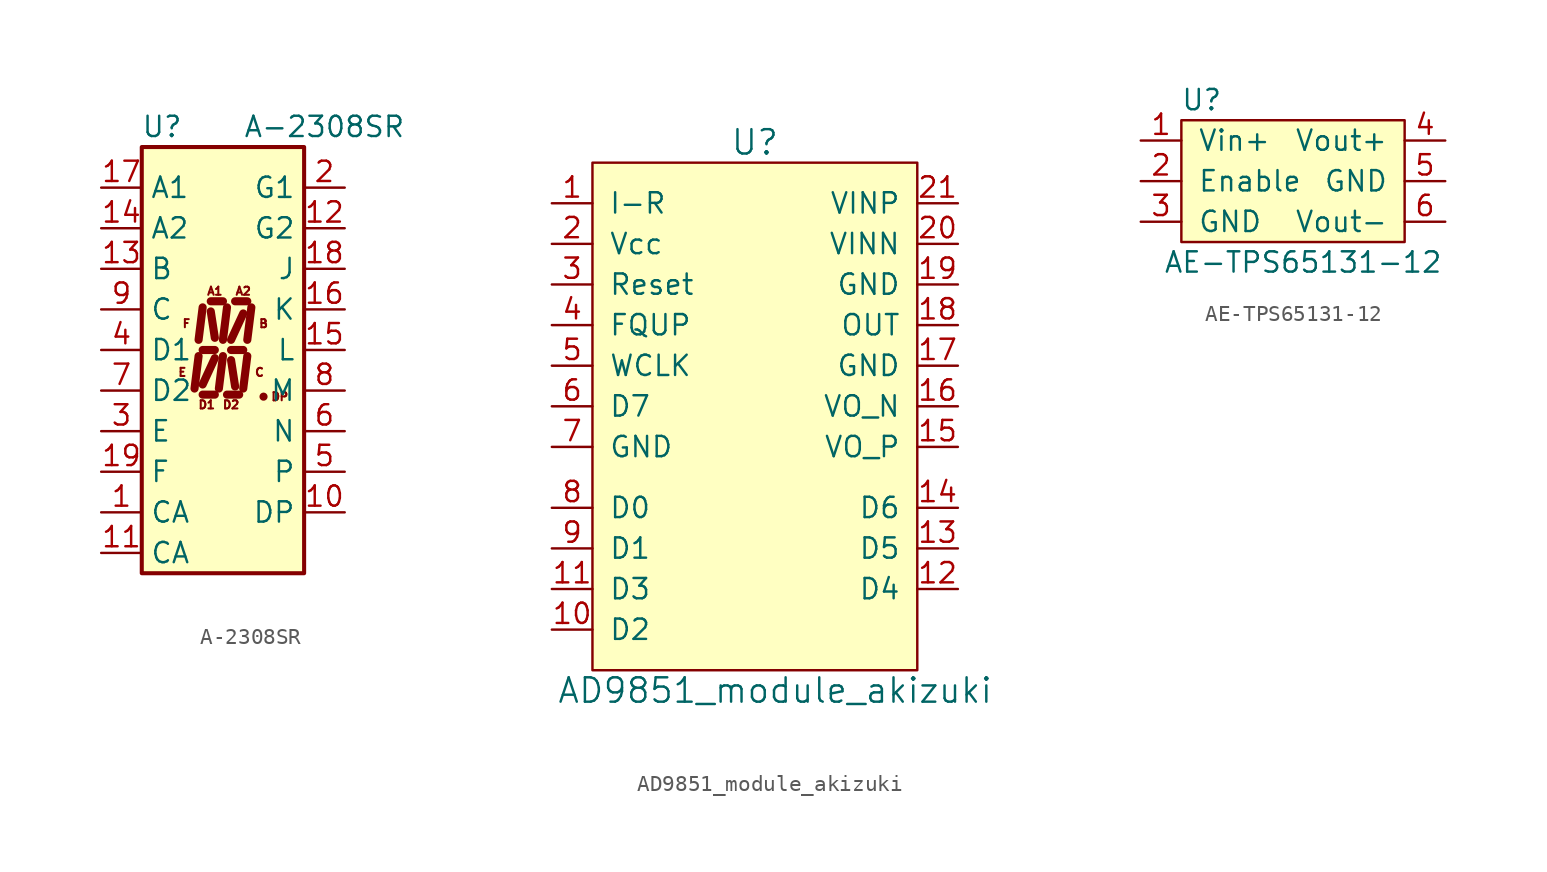
<source format=kicad_sym>
(kicad_symbol_lib
  (version 20211014)
  (generator kicad_symbol_editor)
  (symbol "A-2308SR"
    (property "Reference" "U"
      (at -3.81 15.24 0)
      (effects (font (size 1.27 1.27))))
    (property "Value" "A-2308SR"
      (at 6.35 15.24 0)
      (effects (font (size 1.27 1.27))))
    (symbol "A-2308SR_1_0"
      (text "A1" (at -0.508 4.953 0) (effects (font (size 0.508 0.508))))
      (text "B" (at 2.54 2.921 0) (effects (font (size 0.508 0.508))))
      (text "C" (at 2.286 -0.127 0) (effects (font (size 0.508 0.508))))
      (text "D1" (at -1.016 -2.159 0) (effects (font (size 0.508 0.508))))
      (text "DP" (at 3.556 -1.651 0) (effects (font (size 0.508 0.508))))
      (text "E" (at -2.54 -0.127 0) (effects (font (size 0.508 0.508))))
      (text "F" (at -2.286 2.921 0) (effects (font (size 0.508 0.508)))))
    (symbol "A-2308SR_1_1"
      (rectangle (start -5.08 13.97) (end 5.08 -12.7) (stroke (width 0.254) (type default) (color 0 0 0 0)) (fill (type background)))
      (polyline (pts (xy -1.524 0.889) (xy -1.778 -1.143)) (stroke (width 0.508) (type default) (color 0 0 0 0)) (fill (type none)))
      (polyline (pts (xy -1.27 -1.524) (xy -0.508 -1.524)) (stroke (width 0.508) (type default) (color 0 0 0 0)) (fill (type none)))
      (polyline (pts (xy -1.27 1.27) (xy -0.508 1.27)) (stroke (width 0.508) (type default) (color 0 0 0 0)) (fill (type none)))
      (polyline (pts (xy -1.27 3.937) (xy -1.524 1.905)) (stroke (width 0.508) (type default) (color 0 0 0 0)) (fill (type none)))
      (polyline (pts (xy -0.762 4.318) (xy 0 4.318)) (stroke (width 0.508) (type default) (color 0 0 0 0)) (fill (type none)))
      (polyline (pts (xy -0.508 0.762) (xy -1.27 -0.889)) (stroke (width 0.508) (type default) (color 0 0 0 0)) (fill (type none)))
      (polyline (pts (xy -0.508 2.032) (xy -0.762 3.683)) (stroke (width 0.508) (type default) (color 0 0 0 0)) (fill (type none)))
      (polyline (pts (xy 0 0.889) (xy -0.254 -1.143)) (stroke (width 0.508) (type default) (color 0 0 0 0)) (fill (type none)))
      (polyline (pts (xy 0.254 -1.524) (xy 1.016 -1.524)) (stroke (width 0.508) (type default) (color 0 0 0 0)) (fill (type none)))
      (polyline (pts (xy 0.254 3.937) (xy 0 1.905)) (stroke (width 0.508) (type default) (color 0 0 0 0)) (fill (type none)))
      (polyline (pts (xy 0.508 1.27) (xy 1.27 1.27)) (stroke (width 0.508) (type default) (color 0 0 0 0)) (fill (type none)))
      (polyline (pts (xy 0.762 -1.016) (xy 0.508 0.635)) (stroke (width 0.508) (type default) (color 0 0 0 0)) (fill (type none)))
      (polyline (pts (xy 0.762 4.318) (xy 1.524 4.318)) (stroke (width 0.508) (type default) (color 0 0 0 0)) (fill (type none)))
      (polyline (pts (xy 1.27 3.556) (xy 0.508 1.905)) (stroke (width 0.508) (type default) (color 0 0 0 0)) (fill (type none)))
      (polyline (pts (xy 1.524 0.889) (xy 1.27 -1.143)) (stroke (width 0.508) (type default) (color 0 0 0 0)) (fill (type none)))
      (polyline (pts (xy 1.778 3.937) (xy 1.524 1.905)) (stroke (width 0.508) (type default) (color 0 0 0 0)) (fill (type none)))
      (polyline (pts (xy 2.54 -1.651) (xy 2.54 -1.651)) (stroke (width 0.508) (type default) (color 0 0 0 0)) (fill (type none)))
      (text "A2" (at 1.27 4.953 0) (effects (font (size 0.508 0.508))))
      (text "D2" (at 0.508 -2.159 0) (effects (font (size 0.508 0.508))))
      (pin input line (at -7.62 -8.89 0) (length 2.54) (name "CA" (effects (font (size 1.27 1.27)))) (number "1" (effects (font (size 1.27 1.27)))))
      (pin input line (at 7.62 -8.89 180) (length 2.54) (name "DP" (effects (font (size 1.27 1.27)))) (number "10" (effects (font (size 1.27 1.27)))))
      (pin input line (at -7.62 -11.43 0) (length 2.54) (name "CA" (effects (font (size 1.27 1.27)))) (number "11" (effects (font (size 1.27 1.27)))))
      (pin input line (at 7.62 8.89 180) (length 2.54) (name "G2" (effects (font (size 1.27 1.27)))) (number "12" (effects (font (size 1.27 1.27)))))
      (pin input line (at -7.62 6.35 0) (length 2.54) (name "B" (effects (font (size 1.27 1.27)))) (number "13" (effects (font (size 1.27 1.27)))))
      (pin input line (at -7.62 8.89 0) (length 2.54) (name "A2" (effects (font (size 1.27 1.27)))) (number "14" (effects (font (size 1.27 1.27)))))
      (pin input line (at 7.62 1.27 180) (length 2.54) (name "L" (effects (font (size 1.27 1.27)))) (number "15" (effects (font (size 1.27 1.27)))))
      (pin input line (at 7.62 3.81 180) (length 2.54) (name "K" (effects (font (size 1.27 1.27)))) (number "16" (effects (font (size 1.27 1.27)))))
      (pin input line (at -7.62 11.43 0) (length 2.54) (name "A1" (effects (font (size 1.27 1.27)))) (number "17" (effects (font (size 1.27 1.27)))))
      (pin input line (at 7.62 6.35 180) (length 2.54) (name "J" (effects (font (size 1.27 1.27)))) (number "18" (effects (font (size 1.27 1.27)))))
      (pin input line (at -7.62 -6.35 0) (length 2.54) (name "F" (effects (font (size 1.27 1.27)))) (number "19" (effects (font (size 1.27 1.27)))))
      (pin input line (at 7.62 11.43 180) (length 2.54) (name "G1" (effects (font (size 1.27 1.27)))) (number "2" (effects (font (size 1.27 1.27)))))
      (pin input line (at -7.62 -3.81 0) (length 2.54) (name "E" (effects (font (size 1.27 1.27)))) (number "3" (effects (font (size 1.27 1.27)))))
      (pin input line (at -7.62 1.27 0) (length 2.54) (name "D1" (effects (font (size 1.27 1.27)))) (number "4" (effects (font (size 1.27 1.27)))))
      (pin input line (at 7.62 -6.35 180) (length 2.54) (name "P" (effects (font (size 1.27 1.27)))) (number "5" (effects (font (size 1.27 1.27)))))
      (pin input line (at 7.62 -3.81 180) (length 2.54) (name "N" (effects (font (size 1.27 1.27)))) (number "6" (effects (font (size 1.27 1.27)))))
      (pin input line (at -7.62 -1.27 0) (length 2.54) (name "D2" (effects (font (size 1.27 1.27)))) (number "7" (effects (font (size 1.27 1.27)))))
      (pin input line (at 7.62 -1.27 180) (length 2.54) (name "M" (effects (font (size 1.27 1.27)))) (number "8" (effects (font (size 1.27 1.27)))))
      (pin input line (at -7.62 3.81 0) (length 2.54) (name "C" (effects (font (size 1.27 1.27)))) (number "9" (effects (font (size 1.27 1.27)))))))
  (symbol "AD9851_module_akizuki"
    (pin_names
      (offset 1.016))
    (property "Reference" "U"
      (at 0 1.27 0)
      (effects (font (size 1.524 1.524))))
    (property "Value" "AD9851_module_akizuki"
      (at 1.27 -33.02 0)
      (effects (font (size 1.524 1.524))))
    (symbol "AD9851_module_akizuki_0_1"
      (rectangle (start -10.16 0) (end 10.16 -31.75) (stroke (width 0) (type default) (color 0 0 0 0)) (fill (type background))))
    (symbol "AD9851_module_akizuki_1_1"
      (pin passive line (at -12.7 -2.54 0) (length 2.54) (name "I-R" (effects (font (size 1.27 1.27)))) (number "1" (effects (font (size 1.27 1.27)))))
      (pin passive line (at -12.7 -29.21 0) (length 2.54) (name "D2" (effects (font (size 1.27 1.27)))) (number "10" (effects (font (size 1.27 1.27)))))
      (pin passive line (at -12.7 -26.67 0) (length 2.54) (name "D3" (effects (font (size 1.27 1.27)))) (number "11" (effects (font (size 1.27 1.27)))))
      (pin passive line (at 12.7 -26.67 180) (length 2.54) (name "D4" (effects (font (size 1.27 1.27)))) (number "12" (effects (font (size 1.27 1.27)))))
      (pin passive line (at 12.7 -24.13 180) (length 2.54) (name "D5" (effects (font (size 1.27 1.27)))) (number "13" (effects (font (size 1.27 1.27)))))
      (pin passive line (at 12.7 -21.59 180) (length 2.54) (name "D6" (effects (font (size 1.27 1.27)))) (number "14" (effects (font (size 1.27 1.27)))))
      (pin passive line (at 12.7 -17.78 180) (length 2.54) (name "VO_P" (effects (font (size 1.27 1.27)))) (number "15" (effects (font (size 1.27 1.27)))))
      (pin passive line (at 12.7 -15.24 180) (length 2.54) (name "VO_N" (effects (font (size 1.27 1.27)))) (number "16" (effects (font (size 1.27 1.27)))))
      (pin passive line (at 12.7 -12.7 180) (length 2.54) (name "GND" (effects (font (size 1.27 1.27)))) (number "17" (effects (font (size 1.27 1.27)))))
      (pin passive line (at 12.7 -10.16 180) (length 2.54) (name "OUT" (effects (font (size 1.27 1.27)))) (number "18" (effects (font (size 1.27 1.27)))))
      (pin passive line (at 12.7 -7.62 180) (length 2.54) (name "GND" (effects (font (size 1.27 1.27)))) (number "19" (effects (font (size 1.27 1.27)))))
      (pin passive line (at -12.7 -5.08 0) (length 2.54) (name "Vcc" (effects (font (size 1.27 1.27)))) (number "2" (effects (font (size 1.27 1.27)))))
      (pin passive line (at 12.7 -5.08 180) (length 2.54) (name "VINN" (effects (font (size 1.27 1.27)))) (number "20" (effects (font (size 1.27 1.27)))))
      (pin passive line (at 12.7 -2.54 180) (length 2.54) (name "VINP" (effects (font (size 1.27 1.27)))) (number "21" (effects (font (size 1.27 1.27)))))
      (pin passive line (at -12.7 -7.62 0) (length 2.54) (name "Reset" (effects (font (size 1.27 1.27)))) (number "3" (effects (font (size 1.27 1.27)))))
      (pin passive line (at -12.7 -10.16 0) (length 2.54) (name "FQUP" (effects (font (size 1.27 1.27)))) (number "4" (effects (font (size 1.27 1.27)))))
      (pin passive line (at -12.7 -12.7 0) (length 2.54) (name "WCLK" (effects (font (size 1.27 1.27)))) (number "5" (effects (font (size 1.27 1.27)))))
      (pin passive line (at -12.7 -15.24 0) (length 2.54) (name "D7" (effects (font (size 1.27 1.27)))) (number "6" (effects (font (size 1.27 1.27)))))
      (pin passive line (at -12.7 -17.78 0) (length 2.54) (name "GND" (effects (font (size 1.27 1.27)))) (number "7" (effects (font (size 1.27 1.27)))))
      (pin passive line (at -12.7 -21.59 0) (length 2.54) (name "D0" (effects (font (size 1.27 1.27)))) (number "8" (effects (font (size 1.27 1.27)))))
      (pin passive line (at -12.7 -24.13 0) (length 2.54) (name "D1" (effects (font (size 1.27 1.27)))) (number "9" (effects (font (size 1.27 1.27)))))))
  (symbol "AE-TPS65131-12"
    (pin_names
      (offset 1.016))
    (property "Reference" "U"
      (at -6.35 5.08 0)
      (effects (font (size 1.27 1.27))))
    (property "Value" "AE-TPS65131-12"
      (at 0 -5.08 0)
      (effects (font (size 1.27 1.27))))
    (symbol "AE-TPS65131-12_0_1"
      (rectangle (start -7.62 3.81) (end 6.35 -3.81) (stroke (width 0) (type default) (color 0 0 0 0)) (fill (type background))))
    (symbol "AE-TPS65131-12_1_1"
      (pin power_in line (at -10.16 2.54 0) (length 2.54) (name "Vin+" (effects (font (size 1.27 1.27)))) (number "1" (effects (font (size 1.27 1.27)))))
      (pin passive line (at -10.16 0 0) (length 2.54) (name "Enable" (effects (font (size 1.27 1.27)))) (number "2" (effects (font (size 1.27 1.27)))))
      (pin power_in line (at -10.16 -2.54 0) (length 2.54) (name "GND" (effects (font (size 1.27 1.27)))) (number "3" (effects (font (size 1.27 1.27)))))
      (pin power_out line (at 8.89 2.54 180) (length 2.54) (name "Vout+" (effects (font (size 1.27 1.27)))) (number "4" (effects (font (size 1.27 1.27)))))
      (pin power_out line (at 8.89 0 180) (length 2.54) (name "GND" (effects (font (size 1.27 1.27)))) (number "5" (effects (font (size 1.27 1.27)))))
      (pin power_out line (at 8.89 -2.54 180) (length 2.54) (name "Vout-" (effects (font (size 1.27 1.27)))) (number "6" (effects (font (size 1.27 1.27))))))))
</source>
